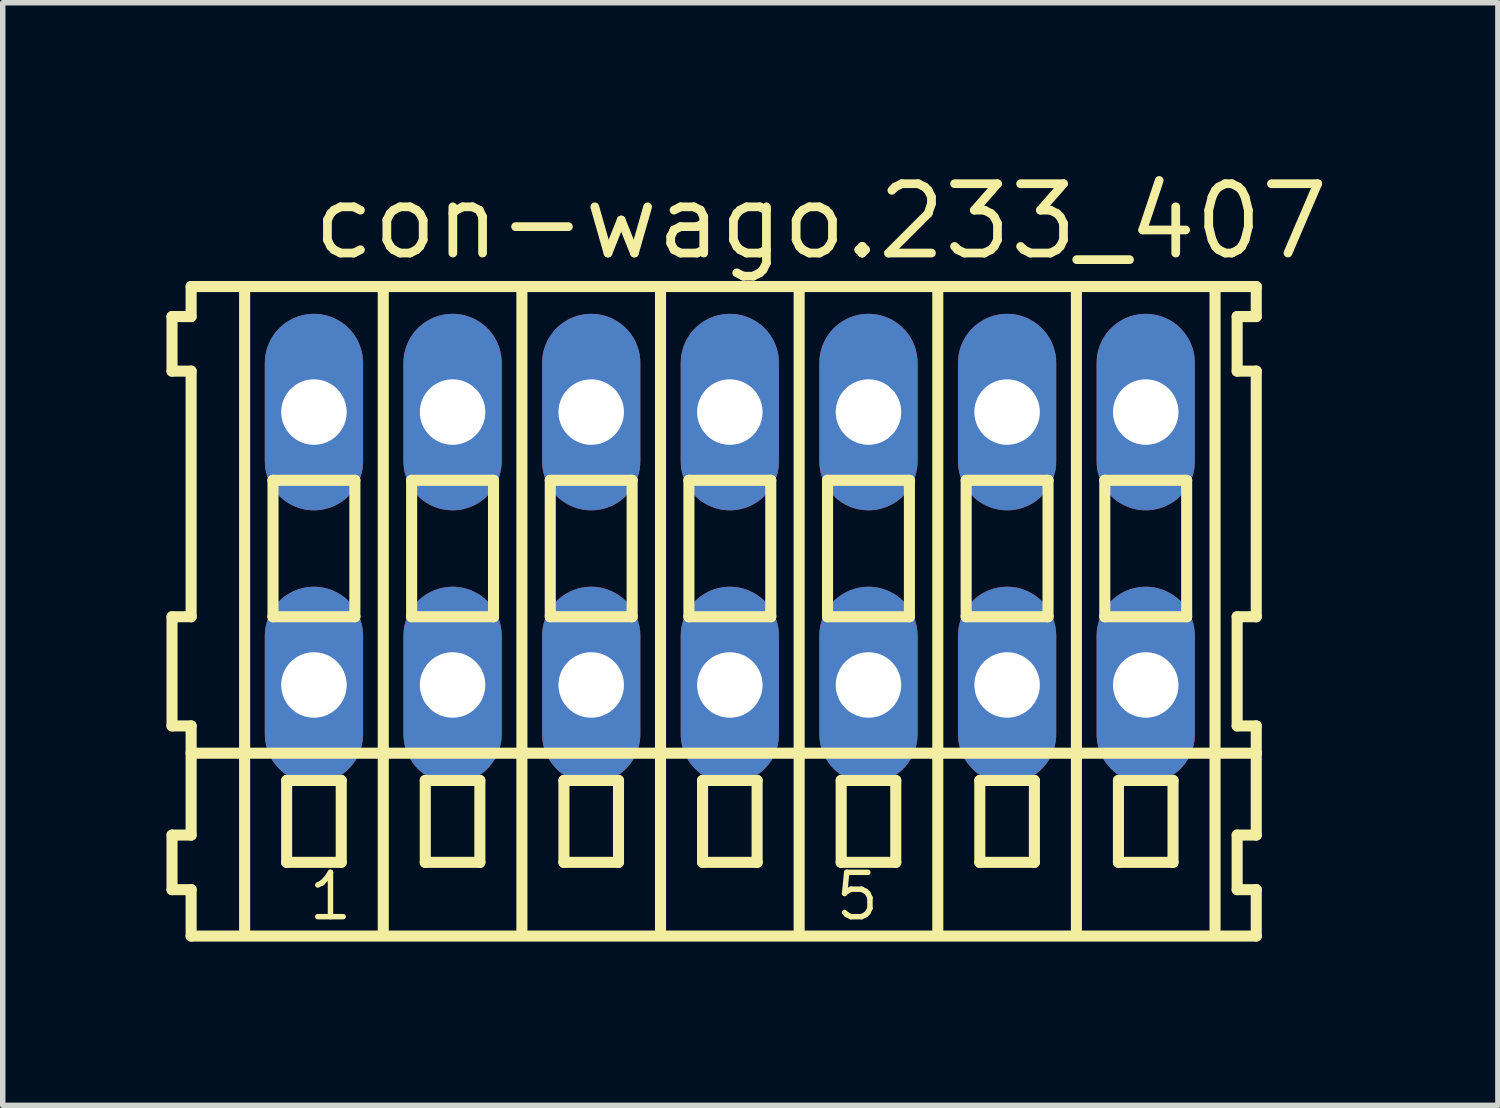
<source format=kicad_pcb>
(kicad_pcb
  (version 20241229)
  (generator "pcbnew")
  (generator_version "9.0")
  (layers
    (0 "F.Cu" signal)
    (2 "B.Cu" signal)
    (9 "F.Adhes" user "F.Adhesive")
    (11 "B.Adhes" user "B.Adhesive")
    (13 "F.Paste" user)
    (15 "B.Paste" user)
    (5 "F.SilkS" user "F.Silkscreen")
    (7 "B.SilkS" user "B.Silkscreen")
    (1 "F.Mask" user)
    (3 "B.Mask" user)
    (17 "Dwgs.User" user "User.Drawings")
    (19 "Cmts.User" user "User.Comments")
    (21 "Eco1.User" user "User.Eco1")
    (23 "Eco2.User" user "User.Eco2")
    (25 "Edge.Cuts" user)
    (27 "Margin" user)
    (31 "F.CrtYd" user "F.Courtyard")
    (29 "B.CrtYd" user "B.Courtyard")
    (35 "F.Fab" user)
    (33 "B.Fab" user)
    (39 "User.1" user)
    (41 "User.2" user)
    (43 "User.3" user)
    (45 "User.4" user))
  (footprint "con-wago.233_407"
    (layer "F.Cu")
    (at 10.322 7)
    (property "Reference" "con-wago.233_407" (at -7.72 -5.25 0) (layer "F.SilkS") (effects (font (size 1.27 1.27) (thickness 0.16)) (justify left bottom)))
    (attr through_hole)
    (fp_line (start -10.22 -4.25) (end -10.22 -3.25) (stroke (width 0.203) (type default)) (layer "F.SilkS"))
    (fp_line (start -10.22 -3.25) (end -9.87 -3.25) (stroke (width 0.203) (type default)) (layer "F.SilkS"))
    (fp_line (start -10.22 1.25) (end -10.22 3.25) (stroke (width 0.203) (type default)) (layer "F.SilkS"))
    (fp_line (start -10.22 3.25) (end -9.87 3.25) (stroke (width 0.203) (type default)) (layer "F.SilkS"))
    (fp_line (start -10.22 5.25) (end -10.22 6.25) (stroke (width 0.203) (type default)) (layer "F.SilkS"))
    (fp_line (start -10.22 6.25) (end -9.87 6.25) (stroke (width 0.203) (type default)) (layer "F.SilkS"))
    (fp_line (start -9.87 -4.8) (end -9.87 -4.25) (stroke (width 0.203) (type default)) (layer "F.SilkS"))
    (fp_line (start -9.87 -4.25) (end -10.22 -4.25) (stroke (width 0.203) (type default)) (layer "F.SilkS"))
    (fp_line (start -9.87 -3.25) (end -9.87 1.25) (stroke (width 0.203) (type default)) (layer "F.SilkS"))
    (fp_line (start -9.87 1.25) (end -10.22 1.25) (stroke (width 0.203) (type default)) (layer "F.SilkS"))
    (fp_line (start -9.87 3.25) (end -9.87 5.25) (stroke (width 0.203) (type default)) (layer "F.SilkS"))
    (fp_line (start -9.87 3.75) (end 9.645 3.75) (stroke (width 0.203) (type default)) (layer "F.SilkS"))
    (fp_line (start -9.87 5.25) (end -10.22 5.25) (stroke (width 0.203) (type default)) (layer "F.SilkS"))
    (fp_line (start -9.87 6.25) (end -9.87 7.1) (stroke (width 0.203) (type default)) (layer "F.SilkS"))
    (fp_line (start -9.87 7.1) (end 9.645 7.1) (stroke (width 0.203) (type default)) (layer "F.SilkS"))
    (fp_line (start -8.89 6.985) (end -8.89 -4.699) (stroke (width 0.203) (type default)) (layer "F.SilkS"))
    (fp_line (start -8.37 -1.25) (end -8.37 1.25) (stroke (width 0.203) (type default)) (layer "F.SilkS"))
    (fp_line (start -8.37 1.25) (end -6.87 1.25) (stroke (width 0.203) (type default)) (layer "F.SilkS"))
    (fp_line (start -8.12 4.25) (end -8.12 5.75) (stroke (width 0.203) (type default)) (layer "F.SilkS"))
    (fp_line (start -8.12 5.75) (end -7.12 5.75) (stroke (width 0.203) (type default)) (layer "F.SilkS"))
    (fp_line (start -7.12 4.25) (end -8.12 4.25) (stroke (width 0.203) (type default)) (layer "F.SilkS"))
    (fp_line (start -7.12 5.75) (end -7.12 4.25) (stroke (width 0.203) (type default)) (layer "F.SilkS"))
    (fp_line (start -6.87 -1.25) (end -8.37 -1.25) (stroke (width 0.203) (type default)) (layer "F.SilkS"))
    (fp_line (start -6.87 1.25) (end -6.87 -1.25) (stroke (width 0.203) (type default)) (layer "F.SilkS"))
    (fp_line (start -6.35 6.985) (end -6.35 -4.699) (stroke (width 0.203) (type default)) (layer "F.SilkS"))
    (fp_line (start -5.83 -1.25) (end -5.83 1.25) (stroke (width 0.203) (type default)) (layer "F.SilkS"))
    (fp_line (start -5.83 1.25) (end -4.33 1.25) (stroke (width 0.203) (type default)) (layer "F.SilkS"))
    (fp_line (start -5.58 4.25) (end -5.58 5.75) (stroke (width 0.203) (type default)) (layer "F.SilkS"))
    (fp_line (start -5.58 5.75) (end -4.58 5.75) (stroke (width 0.203) (type default)) (layer "F.SilkS"))
    (fp_line (start -4.58 4.25) (end -5.58 4.25) (stroke (width 0.203) (type default)) (layer "F.SilkS"))
    (fp_line (start -4.58 5.75) (end -4.58 4.25) (stroke (width 0.203) (type default)) (layer "F.SilkS"))
    (fp_line (start -4.33 -1.25) (end -5.83 -1.25) (stroke (width 0.203) (type default)) (layer "F.SilkS"))
    (fp_line (start -4.33 1.25) (end -4.33 -1.25) (stroke (width 0.203) (type default)) (layer "F.SilkS"))
    (fp_line (start -3.81 6.985) (end -3.81 -4.699) (stroke (width 0.203) (type default)) (layer "F.SilkS"))
    (fp_line (start -3.29 -1.25) (end -3.29 1.25) (stroke (width 0.203) (type default)) (layer "F.SilkS"))
    (fp_line (start -3.29 1.25) (end -1.79 1.25) (stroke (width 0.203) (type default)) (layer "F.SilkS"))
    (fp_line (start -3.04 4.25) (end -3.04 5.75) (stroke (width 0.203) (type default)) (layer "F.SilkS"))
    (fp_line (start -3.04 5.75) (end -2.04 5.75) (stroke (width 0.203) (type default)) (layer "F.SilkS"))
    (fp_line (start -2.04 4.25) (end -3.04 4.25) (stroke (width 0.203) (type default)) (layer "F.SilkS"))
    (fp_line (start -2.04 5.75) (end -2.04 4.25) (stroke (width 0.203) (type default)) (layer "F.SilkS"))
    (fp_line (start -1.79 -1.25) (end -3.29 -1.25) (stroke (width 0.203) (type default)) (layer "F.SilkS"))
    (fp_line (start -1.79 1.25) (end -1.79 -1.25) (stroke (width 0.203) (type default)) (layer "F.SilkS"))
    (fp_line (start -1.27 6.985) (end -1.27 -4.699) (stroke (width 0.203) (type default)) (layer "F.SilkS"))
    (fp_line (start -0.75 -1.25) (end -0.75 1.25) (stroke (width 0.203) (type default)) (layer "F.SilkS"))
    (fp_line (start -0.75 1.25) (end 0.75 1.25) (stroke (width 0.203) (type default)) (layer "F.SilkS"))
    (fp_line (start -0.5 4.25) (end -0.5 5.75) (stroke (width 0.203) (type default)) (layer "F.SilkS"))
    (fp_line (start -0.5 5.75) (end 0.5 5.75) (stroke (width 0.203) (type default)) (layer "F.SilkS"))
    (fp_line (start 0.5 4.25) (end -0.5 4.25) (stroke (width 0.203) (type default)) (layer "F.SilkS"))
    (fp_line (start 0.5 5.75) (end 0.5 4.25) (stroke (width 0.203) (type default)) (layer "F.SilkS"))
    (fp_line (start 0.75 -1.25) (end -0.75 -1.25) (stroke (width 0.203) (type default)) (layer "F.SilkS"))
    (fp_line (start 0.75 1.25) (end 0.75 -1.25) (stroke (width 0.203) (type default)) (layer "F.SilkS"))
    (fp_line (start 1.27 6.985) (end 1.27 -4.699) (stroke (width 0.203) (type default)) (layer "F.SilkS"))
    (fp_line (start 1.79 -1.25) (end 1.79 1.25) (stroke (width 0.203) (type default)) (layer "F.SilkS"))
    (fp_line (start 1.79 1.25) (end 3.29 1.25) (stroke (width 0.203) (type default)) (layer "F.SilkS"))
    (fp_line (start 2.04 4.25) (end 2.04 5.75) (stroke (width 0.203) (type default)) (layer "F.SilkS"))
    (fp_line (start 2.04 5.75) (end 3.04 5.75) (stroke (width 0.203) (type default)) (layer "F.SilkS"))
    (fp_line (start 3.04 4.25) (end 2.04 4.25) (stroke (width 0.203) (type default)) (layer "F.SilkS"))
    (fp_line (start 3.04 5.75) (end 3.04 4.25) (stroke (width 0.203) (type default)) (layer "F.SilkS"))
    (fp_line (start 3.29 -1.25) (end 1.79 -1.25) (stroke (width 0.203) (type default)) (layer "F.SilkS"))
    (fp_line (start 3.29 1.25) (end 3.29 -1.25) (stroke (width 0.203) (type default)) (layer "F.SilkS"))
    (fp_line (start 3.81 6.985) (end 3.81 -4.699) (stroke (width 0.203) (type default)) (layer "F.SilkS"))
    (fp_line (start 4.33 -1.25) (end 4.33 1.25) (stroke (width 0.203) (type default)) (layer "F.SilkS"))
    (fp_line (start 4.33 1.25) (end 5.83 1.25) (stroke (width 0.203) (type default)) (layer "F.SilkS"))
    (fp_line (start 4.58 4.25) (end 4.58 5.75) (stroke (width 0.203) (type default)) (layer "F.SilkS"))
    (fp_line (start 4.58 5.75) (end 5.58 5.75) (stroke (width 0.203) (type default)) (layer "F.SilkS"))
    (fp_line (start 5.58 4.25) (end 4.58 4.25) (stroke (width 0.203) (type default)) (layer "F.SilkS"))
    (fp_line (start 5.58 5.75) (end 5.58 4.25) (stroke (width 0.203) (type default)) (layer "F.SilkS"))
    (fp_line (start 5.83 -1.25) (end 4.33 -1.25) (stroke (width 0.203) (type default)) (layer "F.SilkS"))
    (fp_line (start 5.83 1.25) (end 5.83 -1.25) (stroke (width 0.203) (type default)) (layer "F.SilkS"))
    (fp_line (start 6.35 6.985) (end 6.35 -4.699) (stroke (width 0.203) (type default)) (layer "F.SilkS"))
    (fp_line (start 6.87 -1.25) (end 6.87 1.25) (stroke (width 0.203) (type default)) (layer "F.SilkS"))
    (fp_line (start 6.87 1.25) (end 8.37 1.25) (stroke (width 0.203) (type default)) (layer "F.SilkS"))
    (fp_line (start 7.12 4.25) (end 7.12 5.75) (stroke (width 0.203) (type default)) (layer "F.SilkS"))
    (fp_line (start 7.12 5.75) (end 8.12 5.75) (stroke (width 0.203) (type default)) (layer "F.SilkS"))
    (fp_line (start 8.12 4.25) (end 7.12 4.25) (stroke (width 0.203) (type default)) (layer "F.SilkS"))
    (fp_line (start 8.12 5.75) (end 8.12 4.25) (stroke (width 0.203) (type default)) (layer "F.SilkS"))
    (fp_line (start 8.37 -1.25) (end 6.87 -1.25) (stroke (width 0.203) (type default)) (layer "F.SilkS"))
    (fp_line (start 8.37 1.25) (end 8.37 -1.25) (stroke (width 0.203) (type default)) (layer "F.SilkS"))
    (fp_line (start 8.89 6.985) (end 8.89 -4.699) (stroke (width 0.203) (type default)) (layer "F.SilkS"))
    (fp_line (start 9.295 -4.25) (end 9.295 -3.25) (stroke (width 0.203) (type default)) (layer "F.SilkS"))
    (fp_line (start 9.295 -3.25) (end 9.645 -3.25) (stroke (width 0.203) (type default)) (layer "F.SilkS"))
    (fp_line (start 9.295 1.25) (end 9.295 3.25) (stroke (width 0.203) (type default)) (layer "F.SilkS"))
    (fp_line (start 9.295 3.25) (end 9.645 3.25) (stroke (width 0.203) (type default)) (layer "F.SilkS"))
    (fp_line (start 9.295 5.25) (end 9.295 6.25) (stroke (width 0.203) (type default)) (layer "F.SilkS"))
    (fp_line (start 9.295 6.25) (end 9.645 6.25) (stroke (width 0.203) (type default)) (layer "F.SilkS"))
    (fp_line (start 9.645 -4.8) (end -9.87 -4.8) (stroke (width 0.203) (type default)) (layer "F.SilkS"))
    (fp_line (start 9.645 -4.25) (end 9.295 -4.25) (stroke (width 0.203) (type default)) (layer "F.SilkS"))
    (fp_line (start 9.645 -4.25) (end 9.645 -4.8) (stroke (width 0.203) (type default)) (layer "F.SilkS"))
    (fp_line (start 9.645 1.25) (end 9.295 1.25) (stroke (width 0.203) (type default)) (layer "F.SilkS"))
    (fp_line (start 9.645 1.25) (end 9.645 -3.25) (stroke (width 0.203) (type default)) (layer "F.SilkS"))
    (fp_line (start 9.645 3.75) (end 9.645 3.25) (stroke (width 0.203) (type default)) (layer "F.SilkS"))
    (fp_line (start 9.645 5.25) (end 9.295 5.25) (stroke (width 0.203) (type default)) (layer "F.SilkS"))
    (fp_line (start 9.645 5.25) (end 9.645 3.75) (stroke (width 0.203) (type default)) (layer "F.SilkS"))
    (fp_line (start 9.645 7.1) (end 9.645 6.25) (stroke (width 0.203) (type default)) (layer "F.SilkS"))
    (fp_text user "5" (at 1.882 6.85 0) (layer "F.SilkS") (effects (font (size 0.813 0.813) (thickness 0.1)) (justify left bottom)))
    (fp_text user "1" (at -7.77 6.85 0) (layer "F.SilkS") (effects (font (size 0.813 0.813) (thickness 0.1)) (justify left bottom)))
    (pad "A1" thru_hole oval (at -7.62 -2.5 90) (size 3.6 1.8) (drill 1.2) (layers "*.Cu" "*.Mask"))
    (pad "A2" thru_hole oval (at -5.08 -2.5 90) (size 3.6 1.8) (drill 1.2) (layers "*.Cu" "*.Mask"))
    (pad "A3" thru_hole oval (at -2.54 -2.5 90) (size 3.6 1.8) (drill 1.2) (layers "*.Cu" "*.Mask"))
    (pad "A4" thru_hole oval (at 0 -2.5 90) (size 3.6 1.8) (drill 1.2) (layers "*.Cu" "*.Mask"))
    (pad "A5" thru_hole oval (at 2.54 -2.5 90) (size 3.6 1.8) (drill 1.2) (layers "*.Cu" "*.Mask"))
    (pad "A6" thru_hole oval (at 5.08 -2.5 90) (size 3.6 1.8) (drill 1.2) (layers "*.Cu" "*.Mask"))
    (pad "A7" thru_hole oval (at 7.62 -2.5 90) (size 3.6 1.8) (drill 1.2) (layers "*.Cu" "*.Mask"))
    (pad "B1" thru_hole oval (at -7.62 2.5 90) (size 3.6 1.8) (drill 1.2) (layers "*.Cu" "*.Mask"))
    (pad "B2" thru_hole oval (at -5.08 2.5 90) (size 3.6 1.8) (drill 1.2) (layers "*.Cu" "*.Mask"))
    (pad "B3" thru_hole oval (at -2.54 2.5 90) (size 3.6 1.8) (drill 1.2) (layers "*.Cu" "*.Mask"))
    (pad "B4" thru_hole oval (at 0 2.5 90) (size 3.6 1.8) (drill 1.2) (layers "*.Cu" "*.Mask"))
    (pad "B5" thru_hole oval (at 2.54 2.5 90) (size 3.6 1.8) (drill 1.2) (layers "*.Cu" "*.Mask"))
    (pad "B6" thru_hole oval (at 5.08 2.5 90) (size 3.6 1.8) (drill 1.2) (layers "*.Cu" "*.Mask"))
    (pad "B7" thru_hole oval (at 7.62 2.5 90) (size 3.6 1.8) (drill 1.2) (layers "*.Cu" "*.Mask")))
  (gr_rect
    (start -3 -3)
    (end 24.394 17.202)
    (stroke (width 0.1) (type default))
    (fill no)
    (layer "Edge.Cuts")))
</source>
